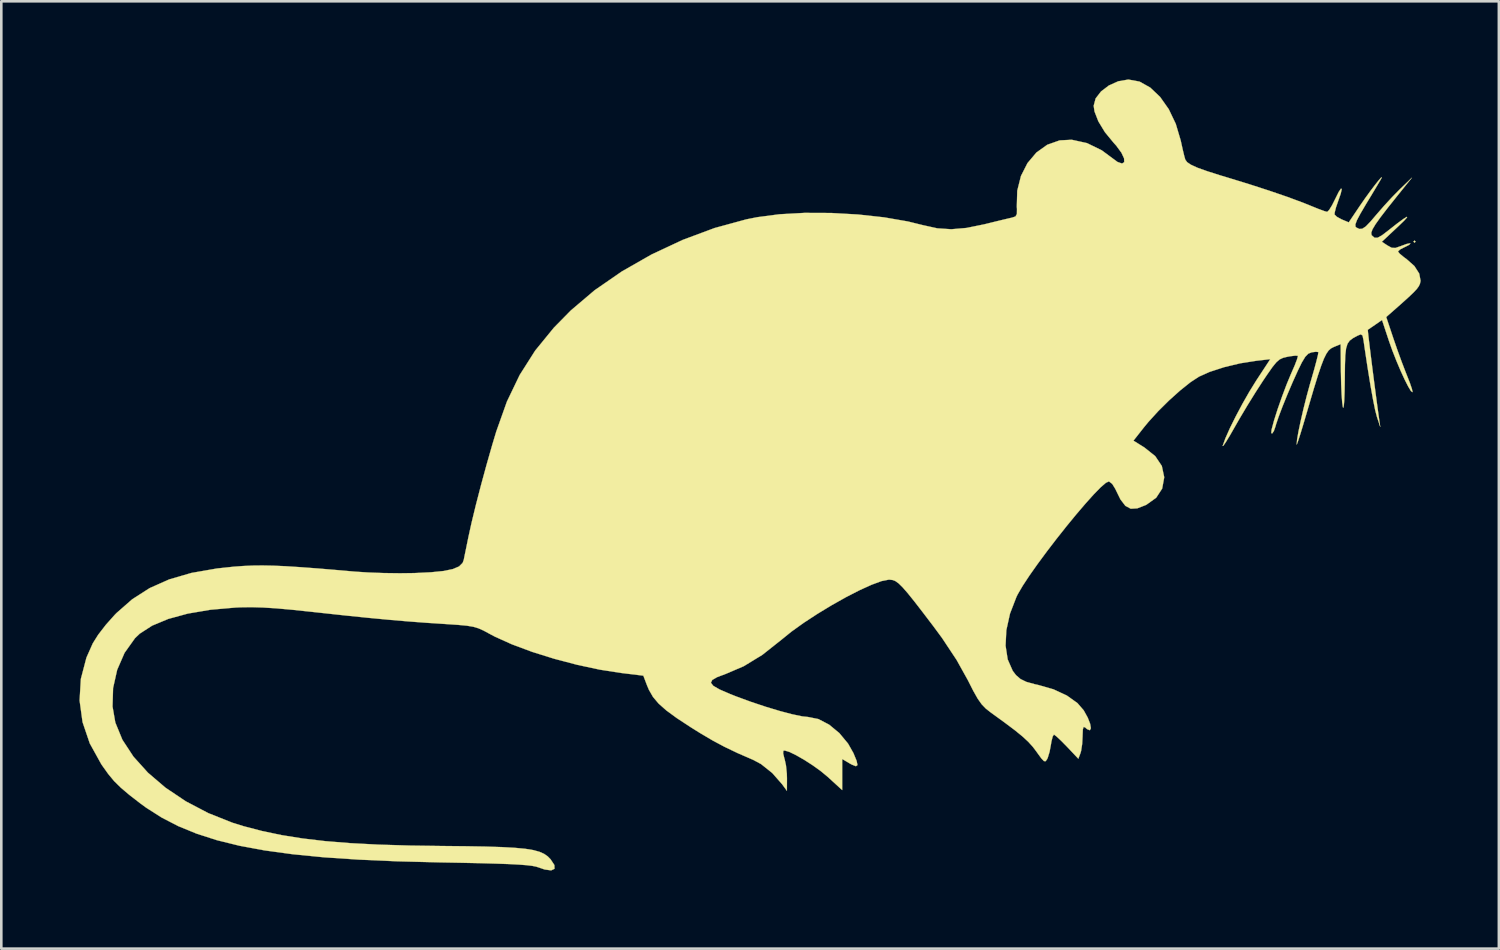
<source format=kicad_pcb>
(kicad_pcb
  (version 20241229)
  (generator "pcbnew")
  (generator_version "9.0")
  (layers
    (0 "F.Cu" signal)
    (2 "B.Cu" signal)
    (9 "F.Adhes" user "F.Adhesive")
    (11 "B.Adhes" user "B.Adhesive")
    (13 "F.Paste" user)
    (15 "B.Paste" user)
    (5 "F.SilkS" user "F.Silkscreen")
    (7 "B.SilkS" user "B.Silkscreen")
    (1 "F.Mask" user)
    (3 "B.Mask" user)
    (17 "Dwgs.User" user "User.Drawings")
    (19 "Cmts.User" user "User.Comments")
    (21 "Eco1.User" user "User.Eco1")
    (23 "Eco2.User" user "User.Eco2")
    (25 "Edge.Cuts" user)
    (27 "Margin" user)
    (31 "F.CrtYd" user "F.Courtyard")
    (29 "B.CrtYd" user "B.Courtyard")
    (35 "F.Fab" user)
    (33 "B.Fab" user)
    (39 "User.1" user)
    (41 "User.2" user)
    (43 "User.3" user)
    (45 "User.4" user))
  (footprint "black rat"
    (layer "F.Cu")
    (at 25.893 15.158)
    (property "Reference" "black rat" (at 0 0 0) (layer "F.SilkS") (effects (font (size 1.524 1.524) (thickness 0.3))))
    (attr through_hole)
    (fp_poly (pts (xy 25.4 -8.932) (xy 25.358 -8.89) (xy 25.315 -8.932) (xy 25.358 -8.975) (xy 25.4 -8.932)) (stroke (width 0.01) (type solid)) (fill yes) (layer "F.SilkS"))
    (fp_poly (pts (xy 14.804 -15.075) (xy 15.213 -14.846) (xy 15.592 -14.486) (xy 15.924 -14.015) (xy 16.193 -13.452) (xy 16.382 -12.815) (xy 16.389 -12.783) (xy 16.457 -12.474) (xy 16.518 -12.221) (xy 16.558 -12.08) (xy 16.628 -11.983) (xy 16.776 -11.883) (xy 17.021 -11.771) (xy 17.383 -11.641) (xy 17.881 -11.482) (xy 18.161 -11.398) (xy 18.993 -11.143) (xy 19.778 -10.889) (xy 20.484 -10.647) (xy 21.078 -10.427) (xy 21.397 -10.298) (xy 21.675 -10.185) (xy 21.894 -10.105) (xy 22.005 -10.075) (xy 22.079 -10.146) (xy 22.193 -10.331) (xy 22.305 -10.554) (xy 22.448 -10.842) (xy 22.537 -10.972) (xy 22.564 -10.946) (xy 22.523 -10.766) (xy 22.431 -10.504) (xy 22.342 -10.245) (xy 22.292 -10.046) (xy 22.288 -9.972) (xy 22.378 -9.885) (xy 22.56 -9.786) (xy 22.574 -9.78) (xy 22.833 -9.672) (xy 23.268 -10.318) (xy 23.46 -10.595) (xy 23.655 -10.864) (xy 23.835 -11.102) (xy 23.981 -11.286) (xy 24.076 -11.392) (xy 24.102 -11.398) (xy 24.075 -11.342) (xy 24.004 -11.22) (xy 23.866 -10.988) (xy 23.682 -10.681) (xy 23.501 -10.383) (xy 23.283 -10.012) (xy 23.148 -9.758) (xy 23.088 -9.598) (xy 23.092 -9.507) (xy 23.12 -9.477) (xy 23.24 -9.419) (xy 23.353 -9.427) (xy 23.487 -9.516) (xy 23.672 -9.707) (xy 23.896 -9.97) (xy 24.185 -10.302) (xy 24.503 -10.647) (xy 24.788 -10.937) (xy 24.816 -10.964) (xy 25.259 -11.388) (xy 24.715 -10.714) (xy 24.333 -10.235) (xy 24.051 -9.868) (xy 23.858 -9.597) (xy 23.743 -9.404) (xy 23.697 -9.273) (xy 23.708 -9.188) (xy 23.72 -9.17) (xy 23.821 -9.083) (xy 23.938 -9.081) (xy 24.108 -9.175) (xy 24.327 -9.342) (xy 24.685 -9.623) (xy 24.931 -9.804) (xy 25.062 -9.885) (xy 25.073 -9.864) (xy 24.962 -9.739) (xy 24.73 -9.515) (xy 24.103 -8.927) (xy 24.322 -8.783) (xy 24.482 -8.696) (xy 24.625 -8.69) (xy 24.832 -8.761) (xy 24.853 -8.77) (xy 25.057 -8.844) (xy 25.185 -8.869) (xy 25.2 -8.864) (xy 25.157 -8.812) (xy 25.003 -8.732) (xy 24.979 -8.722) (xy 24.804 -8.632) (xy 24.723 -8.557) (xy 24.723 -8.553) (xy 24.786 -8.472) (xy 24.948 -8.337) (xy 25.054 -8.26) (xy 25.353 -7.995) (xy 25.538 -7.706) (xy 25.59 -7.427) (xy 25.565 -7.312) (xy 25.52 -7.218) (xy 25.443 -7.112) (xy 25.313 -6.974) (xy 25.11 -6.782) (xy 24.812 -6.514) (xy 24.56 -6.292) (xy 24.271 -6.038) (xy 24.547 -5.212) (xy 24.698 -4.776) (xy 24.864 -4.32) (xy 25.018 -3.918) (xy 25.07 -3.788) (xy 25.183 -3.499) (xy 25.258 -3.276) (xy 25.282 -3.16) (xy 25.279 -3.153) (xy 25.22 -3.196) (xy 25.116 -3.368) (xy 24.978 -3.639) (xy 24.822 -3.979) (xy 24.661 -4.359) (xy 24.508 -4.748) (xy 24.382 -5.103) (xy 24.11 -5.924) (xy 23.845 -5.741) (xy 23.67 -5.621) (xy 23.571 -5.554) (xy 23.564 -5.55) (xy 23.57 -5.469) (xy 23.594 -5.249) (xy 23.634 -4.92) (xy 23.684 -4.51) (xy 23.742 -4.05) (xy 23.804 -3.569) (xy 23.866 -3.095) (xy 23.924 -2.659) (xy 23.975 -2.288) (xy 23.993 -2.159) (xy 24.042 -1.82) (xy 23.916 -2.2) (xy 23.848 -2.459) (xy 23.764 -2.872) (xy 23.665 -3.425) (xy 23.555 -4.103) (xy 23.436 -4.891) (xy 23.4 -5.144) (xy 23.362 -5.326) (xy 23.295 -5.373) (xy 23.174 -5.324) (xy 22.997 -5.228) (xy 22.87 -5.133) (xy 22.784 -5.01) (xy 22.73 -4.831) (xy 22.7 -4.569) (xy 22.687 -4.195) (xy 22.681 -3.681) (xy 22.681 -3.649) (xy 22.673 -3.179) (xy 22.66 -2.831) (xy 22.642 -2.617) (xy 22.619 -2.552) (xy 22.606 -2.582) (xy 22.58 -2.764) (xy 22.558 -3.072) (xy 22.541 -3.464) (xy 22.532 -3.899) (xy 22.531 -3.916) (xy 22.521 -4.996) (xy 22.253 -4.886) (xy 22.152 -4.834) (xy 22.06 -4.754) (xy 21.972 -4.627) (xy 21.878 -4.437) (xy 21.773 -4.164) (xy 21.647 -3.791) (xy 21.495 -3.299) (xy 21.309 -2.67) (xy 21.209 -2.328) (xy 21.083 -1.902) (xy 20.975 -1.548) (xy 20.892 -1.29) (xy 20.843 -1.155) (xy 20.833 -1.143) (xy 20.848 -1.328) (xy 20.902 -1.641) (xy 20.987 -2.046) (xy 21.094 -2.51) (xy 21.216 -2.996) (xy 21.345 -3.469) (xy 21.39 -3.622) (xy 21.503 -4.015) (xy 21.592 -4.345) (xy 21.65 -4.58) (xy 21.667 -4.69) (xy 21.665 -4.694) (xy 21.567 -4.704) (xy 21.409 -4.683) (xy 21.281 -4.632) (xy 21.163 -4.512) (xy 21.03 -4.291) (xy 20.884 -3.992) (xy 20.678 -3.537) (xy 20.475 -3.061) (xy 20.29 -2.605) (xy 20.14 -2.208) (xy 20.04 -1.912) (xy 20.021 -1.841) (xy 19.958 -1.663) (xy 19.895 -1.569) (xy 19.858 -1.582) (xy 19.87 -1.714) (xy 19.962 -2.058) (xy 20.102 -2.5) (xy 20.272 -2.985) (xy 20.45 -3.457) (xy 20.618 -3.86) (xy 20.63 -3.887) (xy 20.758 -4.18) (xy 20.846 -4.41) (xy 20.881 -4.537) (xy 20.879 -4.549) (xy 20.782 -4.556) (xy 20.579 -4.531) (xy 20.476 -4.512) (xy 20.314 -4.473) (xy 20.182 -4.412) (xy 20.054 -4.302) (xy 19.904 -4.118) (xy 19.704 -3.833) (xy 19.544 -3.596) (xy 19.258 -3.154) (xy 18.938 -2.638) (xy 18.632 -2.124) (xy 18.458 -1.82) (xy 18.27 -1.491) (xy 18.12 -1.245) (xy 18.024 -1.104) (xy 17.992 -1.086) (xy 17.995 -1.101) (xy 18.098 -1.384) (xy 18.271 -1.773) (xy 18.496 -2.226) (xy 18.752 -2.707) (xy 19.02 -3.177) (xy 19.28 -3.597) (xy 19.3 -3.628) (xy 19.82 -4.42) (xy 19.287 -4.359) (xy 18.664 -4.261) (xy 18.048 -4.113) (xy 17.494 -3.933) (xy 17.081 -3.748) (xy 16.756 -3.535) (xy 16.363 -3.221) (xy 15.938 -2.84) (xy 15.518 -2.424) (xy 15.139 -2.008) (xy 14.968 -1.8) (xy 14.568 -1.292) (xy 14.987 -1.031) (xy 15.403 -0.699) (xy 15.657 -0.321) (xy 15.747 0.103) (xy 15.747 0.127) (xy 15.67 0.548) (xy 15.441 0.898) (xy 15.067 1.166) (xy 15.037 1.181) (xy 14.717 1.306) (xy 14.465 1.321) (xy 14.258 1.211) (xy 14.068 0.963) (xy 13.872 0.563) (xy 13.866 0.551) (xy 13.753 0.368) (xy 13.629 0.274) (xy 13.625 0.273) (xy 13.509 0.326) (xy 13.311 0.497) (xy 13.045 0.769) (xy 12.727 1.123) (xy 12.372 1.538) (xy 11.995 1.997) (xy 11.612 2.481) (xy 11.237 2.97) (xy 10.886 3.445) (xy 10.574 3.887) (xy 10.317 4.278) (xy 10.129 4.599) (xy 10.079 4.698) (xy 9.828 5.349) (xy 9.688 5.984) (xy 9.659 6.578) (xy 9.74 7.106) (xy 9.933 7.544) (xy 10.059 7.709) (xy 10.231 7.858) (xy 10.457 7.968) (xy 10.786 8.059) (xy 10.915 8.087) (xy 11.499 8.254) (xy 12.011 8.492) (xy 12.418 8.782) (xy 12.659 9.061) (xy 12.813 9.34) (xy 12.905 9.577) (xy 12.934 9.747) (xy 12.895 9.824) (xy 12.789 9.783) (xy 12.717 9.72) (xy 12.656 9.695) (xy 12.625 9.791) (xy 12.615 10.032) (xy 12.615 10.053) (xy 12.599 10.353) (xy 12.559 10.615) (xy 12.534 10.703) (xy 12.452 10.918) (xy 12.013 10.454) (xy 11.795 10.232) (xy 11.62 10.068) (xy 11.521 9.992) (xy 11.514 9.991) (xy 11.467 10.066) (xy 11.419 10.257) (xy 11.4 10.375) (xy 11.348 10.651) (xy 11.279 10.879) (xy 11.256 10.931) (xy 11.199 11.012) (xy 11.134 11.011) (xy 11.035 10.908) (xy 10.872 10.685) (xy 10.85 10.653) (xy 10.701 10.456) (xy 10.527 10.265) (xy 10.304 10.059) (xy 10.009 9.819) (xy 9.619 9.526) (xy 9.113 9.159) (xy 9.092 9.144) (xy 8.901 8.994) (xy 8.741 8.828) (xy 8.588 8.611) (xy 8.417 8.308) (xy 8.213 7.905) (xy 7.78 7.127) (xy 7.221 6.284) (xy 6.887 5.831) (xy 6.476 5.291) (xy 6.151 4.871) (xy 5.898 4.557) (xy 5.703 4.334) (xy 5.552 4.186) (xy 5.429 4.098) (xy 5.321 4.057) (xy 5.212 4.045) (xy 5.167 4.045) (xy 4.896 4.099) (xy 4.516 4.239) (xy 4.053 4.449) (xy 3.535 4.715) (xy 2.988 5.022) (xy 2.439 5.355) (xy 1.914 5.698) (xy 1.441 6.037) (xy 1.058 6.347) (xy 0.322 6.93) (xy -0.39 7.365) (xy -1.089 7.664) (xy -1.412 7.785) (xy -1.602 7.894) (xy -1.653 8.002) (xy -1.56 8.121) (xy -1.317 8.26) (xy -0.921 8.432) (xy -0.677 8.528) (xy -0.11 8.736) (xy 0.46 8.926) (xy 0.999 9.088) (xy 1.474 9.213) (xy 1.854 9.292) (xy 2.074 9.315) (xy 2.474 9.395) (xy 2.886 9.61) (xy 3.277 9.933) (xy 3.612 10.337) (xy 3.817 10.699) (xy 3.94 10.997) (xy 3.974 11.162) (xy 3.913 11.206) (xy 3.753 11.142) (xy 3.683 11.103) (xy 3.387 10.928) (xy 3.387 12.122) (xy 2.837 11.619) (xy 2.572 11.399) (xy 2.259 11.173) (xy 1.932 10.962) (xy 1.621 10.784) (xy 1.361 10.657) (xy 1.183 10.603) (xy 1.127 10.613) (xy 1.121 10.716) (xy 1.167 10.906) (xy 1.176 10.93) (xy 1.229 11.173) (xy 1.262 11.493) (xy 1.267 11.675) (xy 1.265 12.15) (xy 1.08 11.896) (xy 0.701 11.465) (xy 0.272 11.123) (xy -0.026 10.963) (xy -0.622 10.704) (xy -1.121 10.466) (xy -1.587 10.217) (xy -2.083 9.924) (xy -2.436 9.703) (xy -2.965 9.356) (xy -3.366 9.062) (xy -3.662 8.799) (xy -3.876 8.545) (xy -4.031 8.276) (xy -4.103 8.107) (xy -4.247 7.729) (xy -5.088 7.627) (xy -5.915 7.499) (xy -6.789 7.312) (xy -7.67 7.08) (xy -8.517 6.815) (xy -9.29 6.527) (xy -9.949 6.23) (xy -10.15 6.123) (xy -10.379 5.999) (xy -10.574 5.912) (xy -10.775 5.852) (xy -11.022 5.811) (xy -11.355 5.78) (xy -11.815 5.749) (xy -11.846 5.747) (xy -12.567 5.7) (xy -13.279 5.646) (xy -14.017 5.583) (xy -14.813 5.508) (xy -15.702 5.417) (xy -16.718 5.307) (xy -16.976 5.279) (xy -17.723 5.2) (xy -18.336 5.145) (xy -18.85 5.113) (xy -19.297 5.1) (xy -19.711 5.106) (xy -19.897 5.114) (xy -20.866 5.199) (xy -21.732 5.346) (xy -22.481 5.55) (xy -23.101 5.808) (xy -23.577 6.115) (xy -23.759 6.288) (xy -24.161 6.852) (xy -24.445 7.504) (xy -24.602 8.205) (xy -24.623 8.914) (xy -24.516 9.529) (xy -24.245 10.189) (xy -23.821 10.836) (xy -23.263 11.455) (xy -22.587 12.032) (xy -21.81 12.553) (xy -20.949 13.005) (xy -20.022 13.374) (xy -19.6 13.506) (xy -18.883 13.693) (xy -18.134 13.85) (xy -17.333 13.978) (xy -16.46 14.081) (xy -15.496 14.159) (xy -14.421 14.215) (xy -13.215 14.251) (xy -11.98 14.268) (xy -11.066 14.277) (xy -10.306 14.29) (xy -9.682 14.31) (xy -9.179 14.338) (xy -8.781 14.375) (xy -8.472 14.425) (xy -8.235 14.49) (xy -8.055 14.57) (xy -7.915 14.668) (xy -7.808 14.777) (xy -7.661 15) (xy -7.657 15.144) (xy -7.785 15.204) (xy -8.035 15.17) (xy -8.255 15.094) (xy -8.366 15.059) (xy -8.52 15.029) (xy -8.734 15.004) (xy -9.022 14.982) (xy -9.402 14.962) (xy -9.888 14.945) (xy -10.497 14.928) (xy -11.246 14.912) (xy -12.065 14.897) (xy -13.699 14.856) (xy -15.177 14.791) (xy -16.509 14.702) (xy -17.708 14.584) (xy -18.785 14.437) (xy -19.752 14.258) (xy -20.619 14.044) (xy -21.399 13.793) (xy -22.103 13.504) (xy -22.742 13.173) (xy -23.329 12.799) (xy -23.55 12.638) (xy -23.98 12.305) (xy -24.305 12.029) (xy -24.563 11.775) (xy -24.787 11.505) (xy -25.016 11.184) (xy -25.058 11.122) (xy -25.497 10.329) (xy -25.774 9.512) (xy -25.888 8.682) (xy -25.839 7.853) (xy -25.625 7.037) (xy -25.38 6.486) (xy -25.173 6.157) (xy -24.878 5.775) (xy -24.537 5.393) (xy -24.472 5.326) (xy -23.868 4.797) (xy -23.2 4.369) (xy -22.448 4.034) (xy -21.591 3.785) (xy -20.609 3.614) (xy -19.962 3.545) (xy -19.6 3.519) (xy -19.243 3.503) (xy -18.869 3.499) (xy -18.454 3.507) (xy -17.976 3.528) (xy -17.413 3.564) (xy -16.742 3.614) (xy -15.94 3.681) (xy -15.325 3.735) (xy -14.814 3.768) (xy -14.211 3.79) (xy -13.59 3.798) (xy -13.039 3.791) (xy -12.399 3.76) (xy -11.91 3.711) (xy -11.557 3.637) (xy -11.32 3.536) (xy -11.185 3.401) (xy -11.141 3.286) (xy -11.106 3.112) (xy -11.047 2.827) (xy -10.978 2.487) (xy -10.963 2.413) (xy -10.839 1.851) (xy -10.674 1.171) (xy -10.479 0.418) (xy -10.266 -0.364) (xy -10.046 -1.133) (xy -9.891 -1.648) (xy -9.484 -2.792) (xy -8.993 -3.814) (xy -8.399 -4.749) (xy -7.678 -5.632) (xy -7.029 -6.292) (xy -6.117 -7.066) (xy -5.073 -7.787) (xy -3.935 -8.437) (xy -2.735 -8.999) (xy -1.511 -9.455) (xy -0.295 -9.787) (xy 0.127 -9.871) (xy 0.98 -9.983) (xy 1.941 -10.036) (xy 2.962 -10.032) (xy 3.995 -9.974) (xy 4.994 -9.865) (xy 5.911 -9.706) (xy 6.492 -9.563) (xy 7.038 -9.443) (xy 7.576 -9.408) (xy 8.157 -9.458) (xy 8.831 -9.595) (xy 8.865 -9.603) (xy 9.242 -9.696) (xy 9.577 -9.777) (xy 9.823 -9.835) (xy 9.907 -9.854) (xy 10.038 -9.898) (xy 10.093 -9.992) (xy 10.096 -10.185) (xy 10.09 -10.275) (xy 10.107 -10.888) (xy 10.249 -11.452) (xy 10.5 -11.947) (xy 10.842 -12.353) (xy 11.259 -12.651) (xy 11.735 -12.819) (xy 12.198 -12.843) (xy 12.783 -12.715) (xy 13.348 -12.44) (xy 13.698 -12.181) (xy 13.956 -11.991) (xy 14.129 -11.931) (xy 14.214 -11.983) (xy 14.208 -12.127) (xy 14.106 -12.346) (xy 13.905 -12.619) (xy 13.804 -12.731) (xy 13.471 -13.136) (xy 13.22 -13.549) (xy 13.072 -13.931) (xy 13.041 -14.149) (xy 13.116 -14.43) (xy 13.324 -14.698) (xy 13.625 -14.927) (xy 13.984 -15.088) (xy 14.363 -15.153) (xy 14.381 -15.153) (xy 14.804 -15.075)) (stroke (width 0.01) (type solid)) (fill yes) (layer "F.SilkS")))
  (gr_rect
    (start -3 -3)
    (end 54.488 33.367)
    (stroke (width 0.1) (type default))
    (fill no)
    (layer "Edge.Cuts")))
</source>
